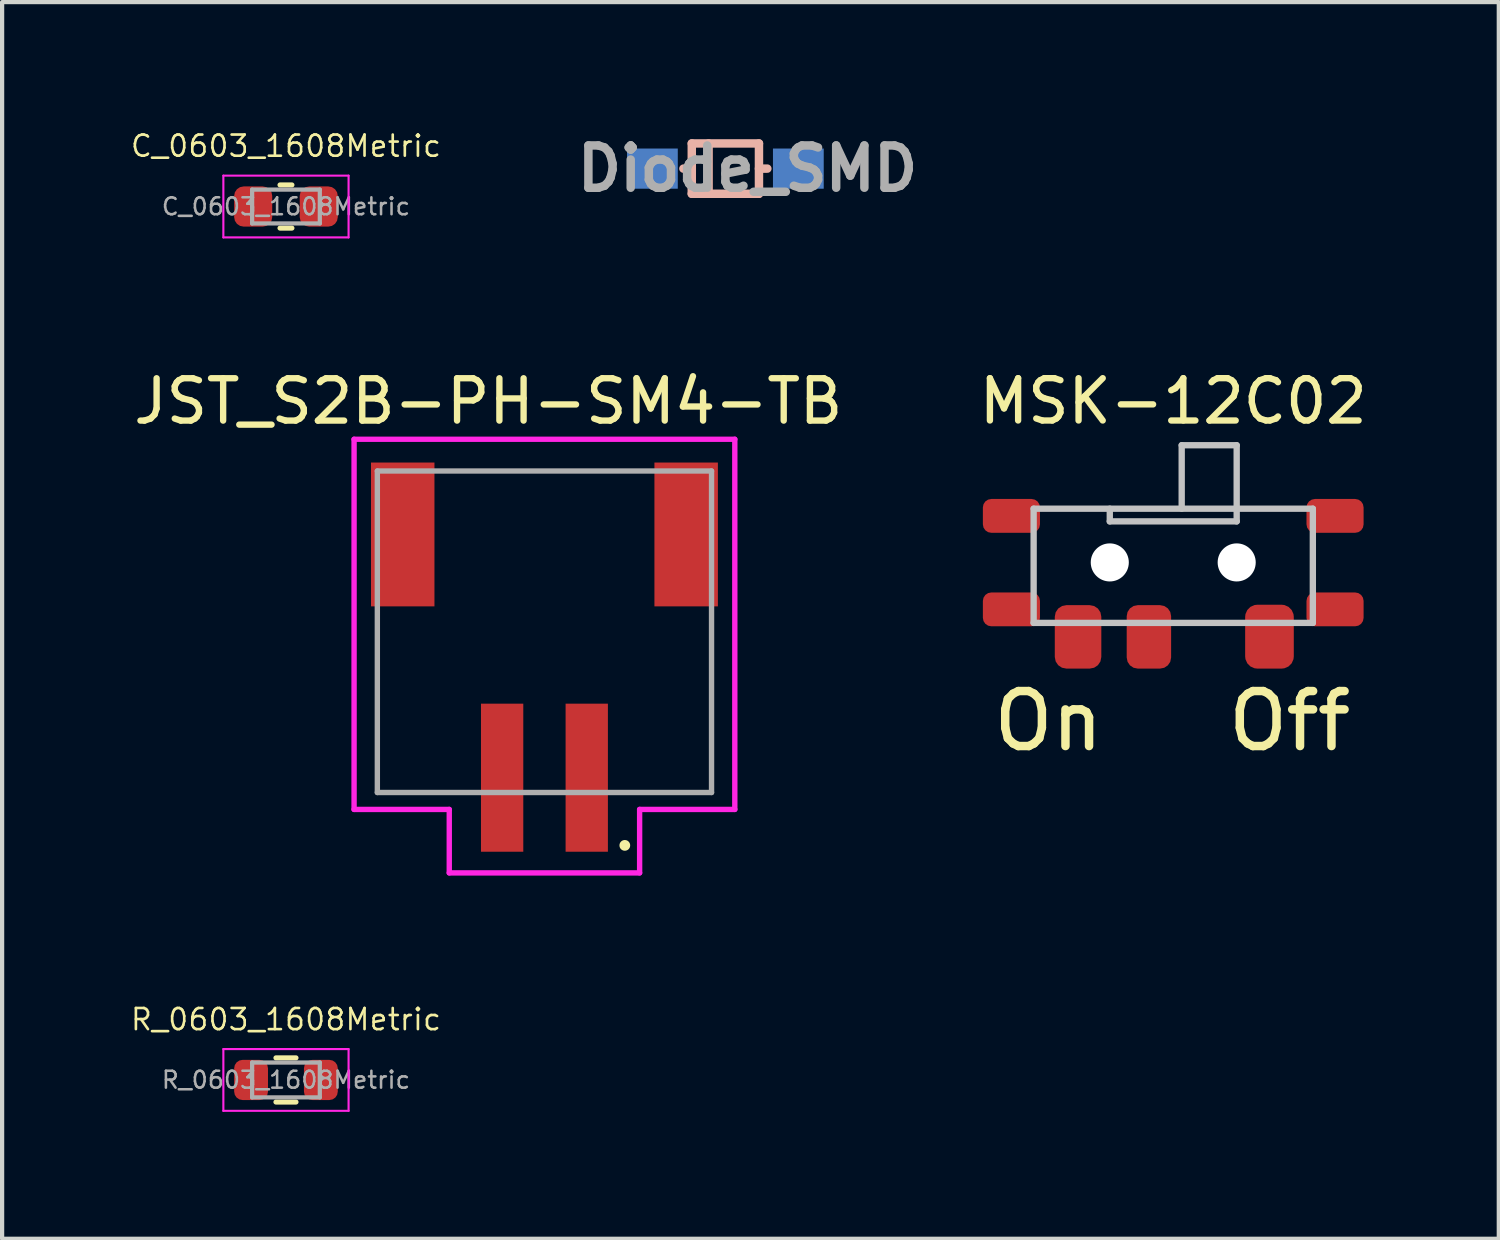
<source format=kicad_pcb>
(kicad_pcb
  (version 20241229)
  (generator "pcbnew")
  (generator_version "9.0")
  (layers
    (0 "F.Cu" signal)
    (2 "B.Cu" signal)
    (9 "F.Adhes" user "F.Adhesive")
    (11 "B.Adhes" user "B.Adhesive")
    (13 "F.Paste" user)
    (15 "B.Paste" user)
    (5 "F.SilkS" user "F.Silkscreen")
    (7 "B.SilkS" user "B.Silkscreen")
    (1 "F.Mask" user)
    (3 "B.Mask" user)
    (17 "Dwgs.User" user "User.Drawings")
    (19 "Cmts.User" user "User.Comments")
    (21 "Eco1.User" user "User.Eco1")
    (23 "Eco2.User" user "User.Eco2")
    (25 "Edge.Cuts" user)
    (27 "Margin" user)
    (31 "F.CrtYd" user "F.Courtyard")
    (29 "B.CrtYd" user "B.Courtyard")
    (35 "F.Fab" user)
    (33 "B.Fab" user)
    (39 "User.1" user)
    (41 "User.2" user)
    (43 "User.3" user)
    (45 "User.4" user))
  (footprint "C_0603_1608Metric"
    (layer "F.Cu")
    (at 3.71 1.832)
    (property "Reference" "C_0603_1608Metric" (at 0 -1.43 0) (layer "F.SilkS") (effects (font (size 0.5 0.5) (thickness 0.062))))
    (attr smd)
    (fp_line (start -0.141 -0.51) (end 0.141 -0.51) (stroke (width 0.12) (type solid)) (layer "F.SilkS"))
    (fp_line (start -0.141 0.51) (end 0.141 0.51) (stroke (width 0.12) (type solid)) (layer "F.SilkS"))
    (fp_line (start -1.48 -0.73) (end 1.48 -0.73) (stroke (width 0.05) (type solid)) (layer "F.CrtYd"))
    (fp_line (start -1.48 0.73) (end -1.48 -0.73) (stroke (width 0.05) (type solid)) (layer "F.CrtYd"))
    (fp_line (start 1.48 -0.73) (end 1.48 0.73) (stroke (width 0.05) (type solid)) (layer "F.CrtYd"))
    (fp_line (start 1.48 0.73) (end -1.48 0.73) (stroke (width 0.05) (type solid)) (layer "F.CrtYd"))
    (fp_line (start -0.8 -0.4) (end 0.8 -0.4) (stroke (width 0.1) (type solid)) (layer "F.Fab"))
    (fp_line (start -0.8 0.4) (end -0.8 -0.4) (stroke (width 0.1) (type solid)) (layer "F.Fab"))
    (fp_line (start 0.8 -0.4) (end 0.8 0.4) (stroke (width 0.1) (type solid)) (layer "F.Fab"))
    (fp_line (start 0.8 0.4) (end -0.8 0.4) (stroke (width 0.1) (type solid)) (layer "F.Fab"))
    (fp_text user "${REFERENCE}" (at 0 0 0) (layer "F.Fab") (effects (font (size 0.4 0.4) (thickness 0.06))))
    (pad "1" smd roundrect (at -0.775 0) (size 0.9 0.95) (layers "F.Cu" "F.Mask" "F.Paste") (roundrect_rratio 0.25))
    (pad "2" smd roundrect (at 0.775 0) (size 0.9 0.95) (layers "F.Cu" "F.Mask" "F.Paste") (roundrect_rratio 0.25)))
  (footprint "Diode_SMD"
    (layer "F.Cu")
    (at 11.319 0.936)
    (property "Reference" "Diode_SMD" (at 3.302 0 0) (layer "F.Fab") (effects (font (size 1 1) (thickness 0.2))))
    (attr smd)
    (fp_line (start 1.786 0) (end 1.984 0) (stroke (width 0.2) (type solid)) (layer "B.SilkS"))
    (fp_line (start 1.984 -0.595) (end 1.984 0.595) (stroke (width 0.2) (type solid)) (layer "B.SilkS"))
    (fp_line (start 1.984 0.595) (end 3.572 0.595) (stroke (width 0.2) (type solid)) (layer "B.SilkS"))
    (fp_line (start 2.381 0.595) (end 2.381 -0.595) (stroke (width 0.2) (type solid)) (layer "B.SilkS"))
    (fp_line (start 3.572 -0.595) (end 1.984 -0.595) (stroke (width 0.2) (type solid)) (layer "B.SilkS"))
    (fp_line (start 3.572 0) (end 3.77 0) (stroke (width 0.2) (type solid)) (layer "B.SilkS"))
    (fp_line (start 3.572 0.595) (end 3.572 -0.595) (stroke (width 0.2) (type solid)) (layer "B.SilkS"))
    (pad "1" smd rect (at 1.053 0) (size 1.2 0.95) (layers "B.Cu" "B.Mask" "B.Paste"))
    (pad "2" smd rect (at 4.503 0) (size 1.2 0.95) (layers "B.Cu" "B.Mask" "B.Paste")))
  (footprint "MSK-12C02"
    (layer "F.Cu")
    (at 24.684 10.245)
    (property "Reference" "MSK-12C02" (at 0 -3.81 0) (layer "F.SilkS") (effects (font (size 1 1) (thickness 0.15))))
    (attr smd)
    (fp_line (start -3.3 -1.27) (end -3.3 1.43) (stroke (width 0.15) (type solid)) (layer "Dwgs.User"))
    (fp_line (start -1.5 -0.97) (end -1.5 -1.27) (stroke (width 0.15) (type solid)) (layer "Dwgs.User"))
    (fp_line (start -1.5 -0.97) (end 1.5 -0.97) (stroke (width 0.15) (type solid)) (layer "Dwgs.User"))
    (fp_line (start 0.2 -2.77) (end 1.5 -2.77) (stroke (width 0.15) (type solid)) (layer "Dwgs.User"))
    (fp_line (start 0.2 -1.27) (end 0.2 -2.77) (stroke (width 0.15) (type solid)) (layer "Dwgs.User"))
    (fp_line (start 1.5 -2.77) (end 1.5 -1.27) (stroke (width 0.15) (type solid)) (layer "Dwgs.User"))
    (fp_line (start 1.5 -0.97) (end 1.5 -1.27) (stroke (width 0.15) (type solid)) (layer "Dwgs.User"))
    (fp_line (start 3.3 -1.27) (end -3.3 -1.27) (stroke (width 0.15) (type solid)) (layer "Dwgs.User"))
    (fp_line (start 3.3 -1.27) (end 3.3 1.43) (stroke (width 0.15) (type solid)) (layer "Dwgs.User"))
    (fp_line (start 3.3 1.43) (end -3.3 1.43) (stroke (width 0.15) (type solid)) (layer "Dwgs.User"))
    (fp_text user "Off" (at 2.75 3.75 0) (unlocked yes) (layer "F.SilkS") (effects (font (size 1.3 1.3) (thickness 0.2))))
    (fp_text user "On" (at -2.95 3.75 0) (unlocked yes) (layer "F.SilkS") (effects (font (size 1.3 1.3) (thickness 0.2))))
    (pad "" smd roundrect (at -3.825 -1.1 180) (size 1.35 0.8) (layers "F.Cu" "F.Mask" "F.Paste") (roundrect_rratio 0.25))
    (pad "" smd roundrect (at -3.825 1.11 180) (size 1.35 0.8) (layers "F.Cu" "F.Mask" "F.Paste") (roundrect_rratio 0.25))
    (pad "" np_thru_hole circle (at -1.5 0 180) (size 0.9 0.9) (drill 0.9) (layers "*.Cu" "*.Mask"))
    (pad "" np_thru_hole circle (at 1.5 0 180) (size 0.9 0.9) (drill 0.9) (layers "*.Cu" "*.Mask"))
    (pad "" smd roundrect (at 3.825 -1.1 180) (size 1.35 0.8) (layers "F.Cu" "F.Mask" "F.Paste") (roundrect_rratio 0.25))
    (pad "" smd roundrect (at 3.825 1.11 180) (size 1.35 0.8) (layers "F.Cu" "F.Mask" "F.Paste") (roundrect_rratio 0.25))
    (pad "1" smd roundrect (at 2.275 1.755 180) (size 1.15 1.51) (layers "F.Cu" "F.Mask" "F.Paste") (roundrect_rratio 0.25))
    (pad "2" smd roundrect (at -0.575 1.76 180) (size 1.05 1.5) (layers "F.Cu" "F.Mask" "F.Paste") (roundrect_rratio 0.25))
    (pad "3" smd roundrect (at -2.25 1.76 180) (size 1.1 1.5) (layers "F.Cu" "F.Mask" "F.Paste") (roundrect_rratio 0.25)))
  (footprint "JST_S2B-PH-SM4-TB"
    (layer "F.Cu")
    (at 9.82 15.334)
    (property "Reference" "JST_S2B-PH-SM4-TB" (at -1.327 -8.897 0) (layer "F.SilkS") (effects (font (size 1.001 1.001) (thickness 0.15))))
    (attr smd)
    (fp_circle (center 1.9 1.6) (end 2.027 1.6) (stroke (width 0) (type solid)) (fill yes) (layer "F.SilkS"))
    (fp_line (start -4.5 -8) (end 4.5 -8) (stroke (width 0.127) (type solid)) (layer "F.CrtYd"))
    (fp_line (start -4.5 0.75) (end -4.5 -8) (stroke (width 0.127) (type solid)) (layer "F.CrtYd"))
    (fp_line (start -2.25 0.75) (end -4.5 0.75) (stroke (width 0.127) (type solid)) (layer "F.CrtYd"))
    (fp_line (start -2.25 2.25) (end -2.25 0.75) (stroke (width 0.127) (type solid)) (layer "F.CrtYd"))
    (fp_line (start 2.25 0.75) (end 2.25 2.25) (stroke (width 0.127) (type solid)) (layer "F.CrtYd"))
    (fp_line (start 2.25 2.25) (end -2.25 2.25) (stroke (width 0.127) (type solid)) (layer "F.CrtYd"))
    (fp_line (start 4.5 -8) (end 4.5 0.75) (stroke (width 0.127) (type solid)) (layer "F.CrtYd"))
    (fp_line (start 4.5 0.75) (end 2.25 0.75) (stroke (width 0.127) (type solid)) (layer "F.CrtYd"))
    (fp_line (start -3.95 -7.25) (end -3.95 0.35) (stroke (width 0.127) (type solid)) (layer "F.Fab"))
    (fp_line (start -3.95 0.35) (end 3.95 0.35) (stroke (width 0.127) (type solid)) (layer "F.Fab"))
    (fp_line (start 3.95 -7.25) (end -3.95 -7.25) (stroke (width 0.127) (type solid)) (layer "F.Fab"))
    (fp_line (start 3.95 0.35) (end 3.95 -7.25) (stroke (width 0.127) (type solid)) (layer "F.Fab"))
    (pad "1" smd rect (at -1 0) (size 1 3.5) (layers "F.Cu" "F.Mask" "F.Paste"))
    (pad "2" smd rect (at 1 0) (size 1 3.5) (layers "F.Cu" "F.Mask" "F.Paste"))
    (pad "P1" smd rect (at 3.35 -5.75) (size 1.5 3.4) (layers "F.Cu" "F.Mask" "F.Paste"))
    (pad "P2" smd rect (at -3.35 -5.75) (size 1.5 3.4) (layers "F.Cu" "F.Mask" "F.Paste")))
  (footprint "R_0603_1608Metric"
    (layer "F.Cu")
    (at 3.71 22.479)
    (property "Reference" "R_0603_1608Metric" (at 0 -1.43 0) (layer "F.SilkS") (effects (font (size 0.5 0.5) (thickness 0.062))))
    (attr smd)
    (fp_line (start -0.237 -0.522) (end 0.237 -0.522) (stroke (width 0.12) (type solid)) (layer "F.SilkS"))
    (fp_line (start -0.237 0.522) (end 0.237 0.522) (stroke (width 0.12) (type solid)) (layer "F.SilkS"))
    (fp_line (start -1.48 -0.73) (end 1.48 -0.73) (stroke (width 0.05) (type solid)) (layer "F.CrtYd"))
    (fp_line (start -1.48 0.73) (end -1.48 -0.73) (stroke (width 0.05) (type solid)) (layer "F.CrtYd"))
    (fp_line (start 1.48 -0.73) (end 1.48 0.73) (stroke (width 0.05) (type solid)) (layer "F.CrtYd"))
    (fp_line (start 1.48 0.73) (end -1.48 0.73) (stroke (width 0.05) (type solid)) (layer "F.CrtYd"))
    (fp_line (start -0.8 -0.412) (end 0.8 -0.412) (stroke (width 0.1) (type solid)) (layer "F.Fab"))
    (fp_line (start -0.8 0.412) (end -0.8 -0.412) (stroke (width 0.1) (type solid)) (layer "F.Fab"))
    (fp_line (start 0.8 -0.412) (end 0.8 0.412) (stroke (width 0.1) (type solid)) (layer "F.Fab"))
    (fp_line (start 0.8 0.412) (end -0.8 0.412) (stroke (width 0.1) (type solid)) (layer "F.Fab"))
    (fp_text user "${REFERENCE}" (at 0 0 0) (layer "F.Fab") (effects (font (size 0.4 0.4) (thickness 0.06))))
    (pad "1" smd roundrect (at -0.825 0) (size 0.8 0.95) (layers "F.Cu" "F.Mask" "F.Paste") (roundrect_rratio 0.25))
    (pad "2" smd roundrect (at 0.825 0) (size 0.8 0.95) (layers "F.Cu" "F.Mask" "F.Paste") (roundrect_rratio 0.25)))
  (gr_rect
    (start -3 -3)
    (end 32.38 26.234)
    (stroke (width 0.1) (type default))
    (fill no)
    (layer "Edge.Cuts")))
</source>
